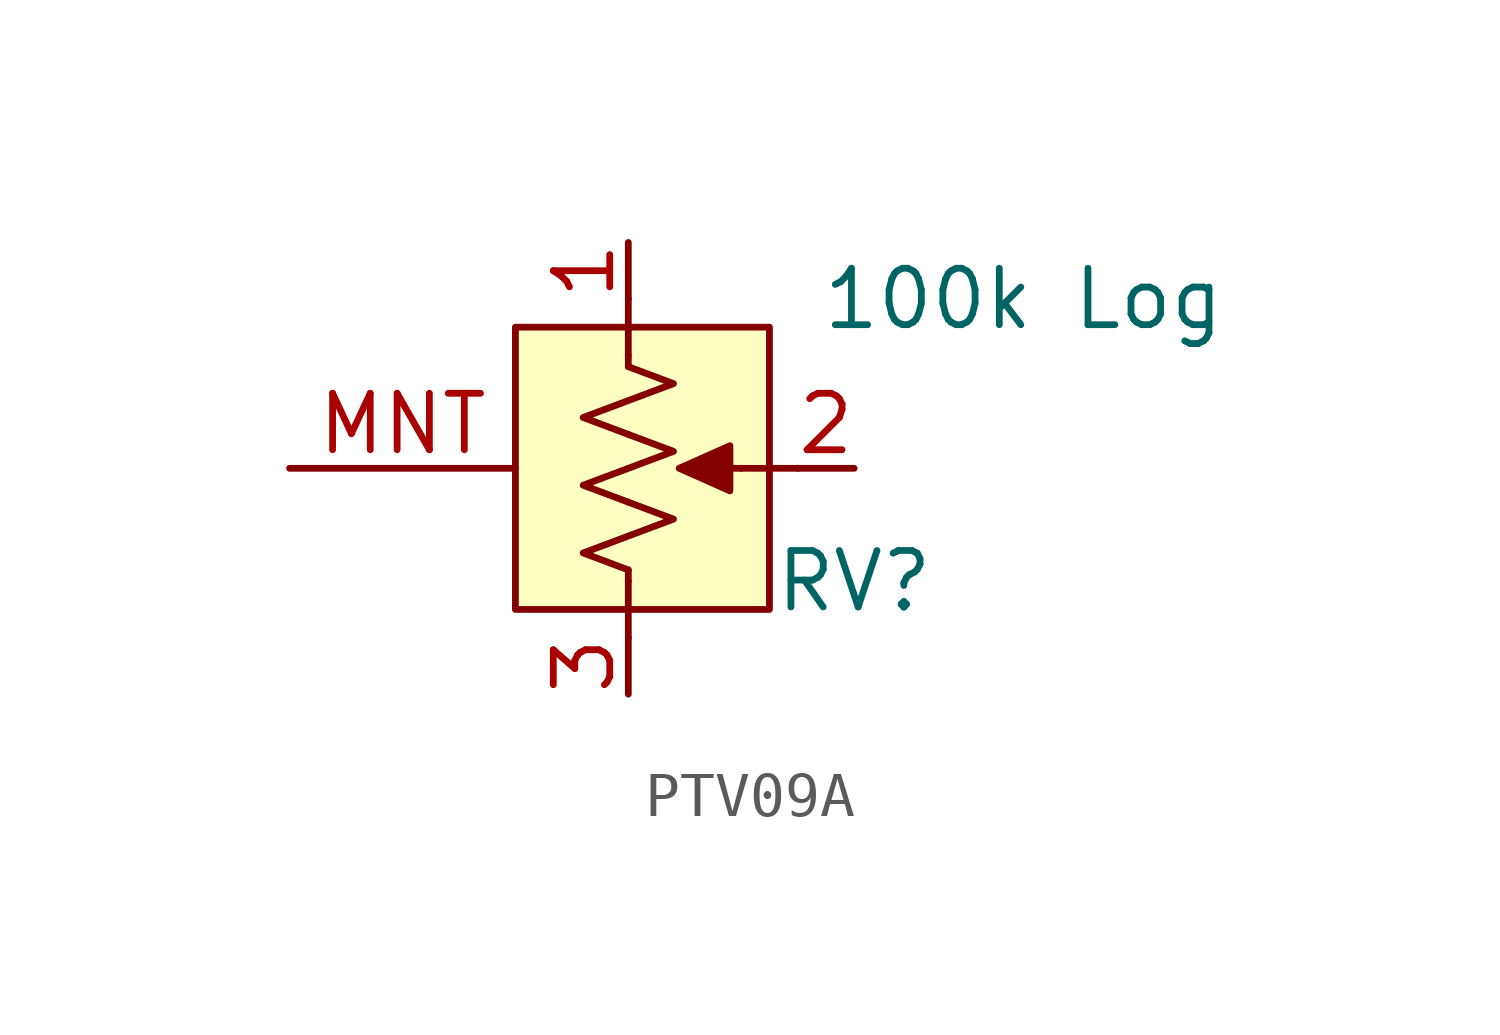
<source format=kicad_sym>
(kicad_symbol_lib
  (version 20220914)
  (generator kicad_symbol_editor)
  (symbol "PTV09A"
    (pin_names
      (offset 1.016) hide)
    (property "Reference" "RV"
      (at 5.08 -2.54 0)
      (effects (font (size 1.27 1.27))))
    (property "Value" "100k Log"
      (at 8.89 3.81 0)
      (effects (font (size 1.27 1.27))))
    (symbol "PTV09A_0_1"
      (polyline (pts (xy 0 -2.286) (xy 0 -2.54)) (stroke (width 0) (type default)) (fill (type none)))
      (polyline (pts (xy 0 2.54) (xy 0 2.286)) (stroke (width 0) (type default)) (fill (type none)))
      (polyline (pts (xy 2.54 0) (xy 1.524 0)) (stroke (width 0) (type default)) (fill (type none)))
      (polyline (pts (xy 2.54 0) (xy 3.81 0)) (stroke (width 0) (type default)) (fill (type none)))
      (polyline (pts (xy 1.143 0) (xy 2.286 0.508) (xy 2.286 -0.508) (xy 1.143 0)) (stroke (width 0) (type default)) (fill (type outline)))
      (polyline (pts (xy 0 -0.762) (xy 1.016 -1.143) (xy 0 -1.524) (xy -1.016 -1.905) (xy 0 -2.286)) (stroke (width 0) (type default)) (fill (type none)))
      (polyline (pts (xy 0 0.762) (xy 1.016 0.381) (xy 0 0) (xy -1.016 -0.381) (xy 0 -0.762)) (stroke (width 0) (type default)) (fill (type none)))
      (polyline (pts (xy 0 2.286) (xy 1.016 1.905) (xy 0 1.524) (xy -1.016 1.143) (xy 0 0.762)) (stroke (width 0) (type default)) (fill (type none))))
    (symbol "PTV09A_1_1"
      (rectangle (start -2.54 3.175) (end 3.175 -3.175) (stroke (width 0) (type default)) (fill (type background)))
      (polyline (pts (xy 0 -2.54) (xy 0 -3.81)) (stroke (width 0) (type default)) (fill (type none)))
      (polyline (pts (xy 0 3.81) (xy 0 2.54)) (stroke (width 0) (type default)) (fill (type none)))
      (pin passive line (at 0 5.08 270) (length 1.27) (name "1" (effects (font (size 1.27 1.27)))) (number "1" (effects (font (size 1.27 1.27)))))
      (pin passive line (at 5.08 0 180) (length 1.27) (name "2" (effects (font (size 1.27 1.27)))) (number "2" (effects (font (size 1.27 1.27)))))
      (pin passive line (at 0 -5.08 90) (length 1.27) (name "3" (effects (font (size 1.27 1.27)))) (number "3" (effects (font (size 1.27 1.27)))))
      (pin passive line (at -7.62 0 0) (length 5.08) (name "MNT" (effects (font (size 1.27 1.27)))) (number "MNT" (effects (font (size 1.27 1.27))))))))
</source>
